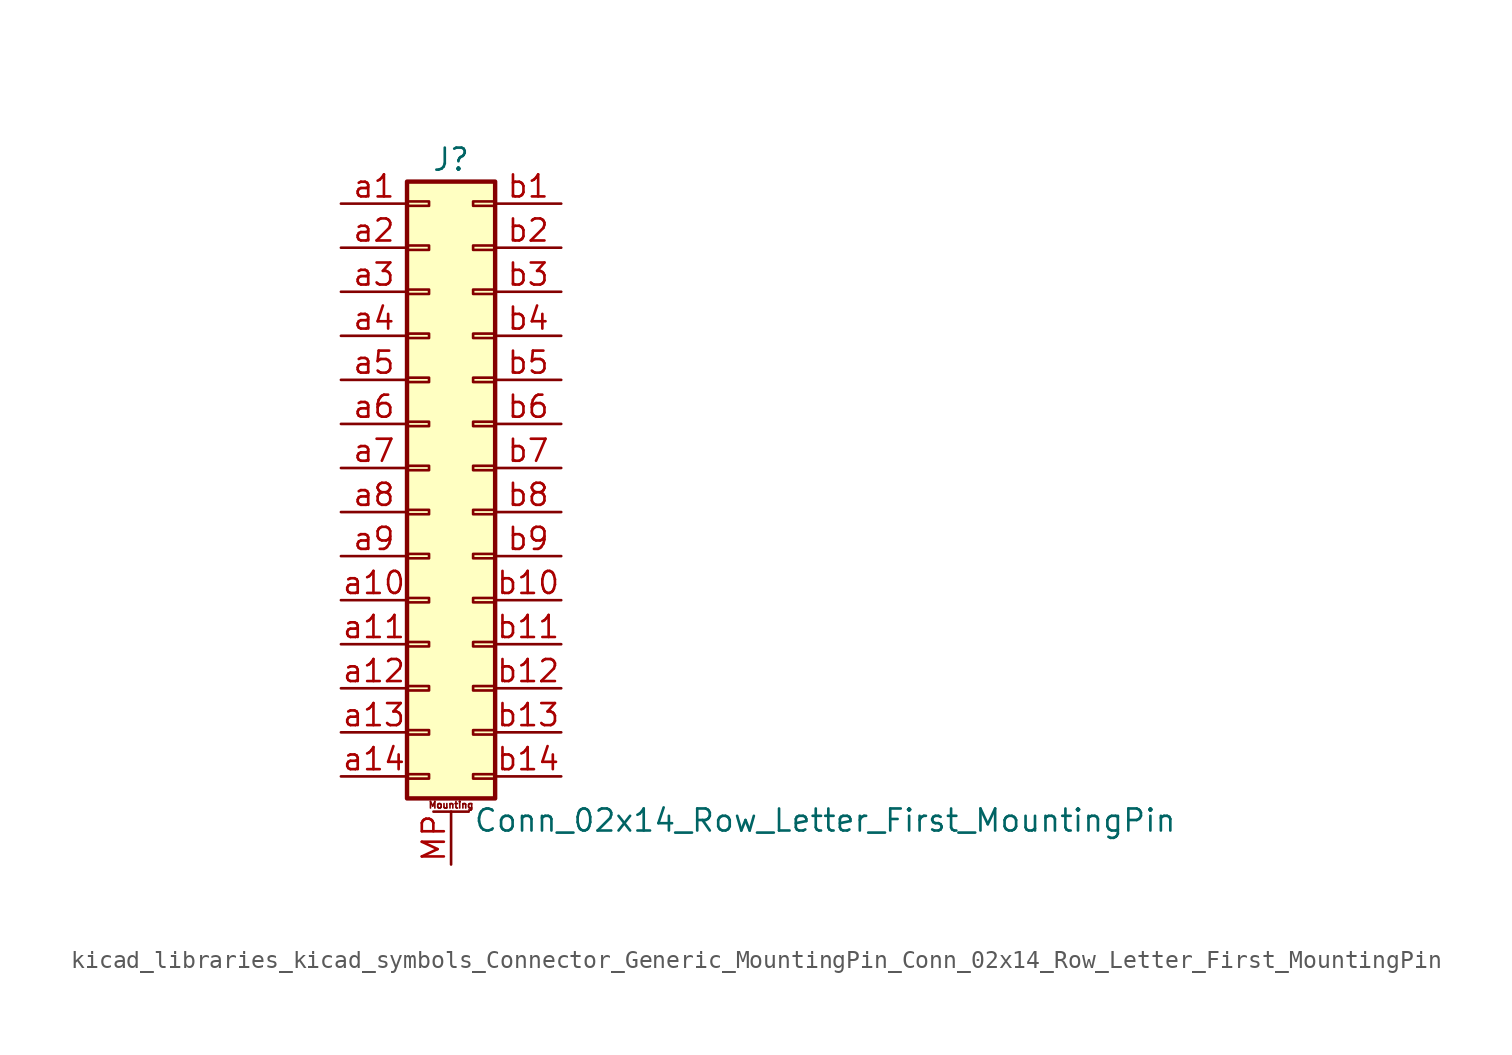
<source format=kicad_sym>
(kicad_symbol_lib
  (version 20220914)
  (generator kicad_symbol_editor)
  (symbol "kicad_libraries_kicad_symbols_Connector_Generic_MountingPin_Conn_02x14_Row_Letter_First_MountingPin"
    (pin_names
      (offset 1.016) hide)
    (property "Reference" "J"
      (at 1.27 17.78 0)
      (effects (font (size 1.27 1.27))))
    (property "Value" "Conn_02x14_Row_Letter_First_MountingPin"
      (at 2.54 -20.32 0)
      (effects (font (size 1.27 1.27)) (justify left)))
    (symbol "kicad_libraries_kicad_symbols_Connector_Generic_MountingPin_Conn_02x14_Row_Letter_First_MountingPin_1_1"
      (rectangle (start -1.27 -17.653) (end 0 -17.907) (stroke (width 0.152) (type default)) (fill (type none)))
      (rectangle (start -1.27 -15.113) (end 0 -15.367) (stroke (width 0.152) (type default)) (fill (type none)))
      (rectangle (start -1.27 -12.573) (end 0 -12.827) (stroke (width 0.152) (type default)) (fill (type none)))
      (rectangle (start -1.27 -10.033) (end 0 -10.287) (stroke (width 0.152) (type default)) (fill (type none)))
      (rectangle (start -1.27 -7.493) (end 0 -7.747) (stroke (width 0.152) (type default)) (fill (type none)))
      (rectangle (start -1.27 -4.953) (end 0 -5.207) (stroke (width 0.152) (type default)) (fill (type none)))
      (rectangle (start -1.27 -2.413) (end 0 -2.667) (stroke (width 0.152) (type default)) (fill (type none)))
      (rectangle (start -1.27 0.127) (end 0 -0.127) (stroke (width 0.152) (type default)) (fill (type none)))
      (rectangle (start -1.27 2.667) (end 0 2.413) (stroke (width 0.152) (type default)) (fill (type none)))
      (rectangle (start -1.27 5.207) (end 0 4.953) (stroke (width 0.152) (type default)) (fill (type none)))
      (rectangle (start -1.27 7.747) (end 0 7.493) (stroke (width 0.152) (type default)) (fill (type none)))
      (rectangle (start -1.27 10.287) (end 0 10.033) (stroke (width 0.152) (type default)) (fill (type none)))
      (rectangle (start -1.27 12.827) (end 0 12.573) (stroke (width 0.152) (type default)) (fill (type none)))
      (rectangle (start -1.27 15.367) (end 0 15.113) (stroke (width 0.152) (type default)) (fill (type none)))
      (rectangle (start -1.27 16.51) (end 3.81 -19.05) (stroke (width 0.254) (type default)) (fill (type background)))
      (polyline (pts (xy 0.254 -19.812) (xy 2.286 -19.812)) (stroke (width 0.152) (type default)) (fill (type none)))
      (rectangle (start 3.81 -17.653) (end 2.54 -17.907) (stroke (width 0.152) (type default)) (fill (type none)))
      (rectangle (start 3.81 -15.113) (end 2.54 -15.367) (stroke (width 0.152) (type default)) (fill (type none)))
      (rectangle (start 3.81 -12.573) (end 2.54 -12.827) (stroke (width 0.152) (type default)) (fill (type none)))
      (rectangle (start 3.81 -10.033) (end 2.54 -10.287) (stroke (width 0.152) (type default)) (fill (type none)))
      (rectangle (start 3.81 -7.493) (end 2.54 -7.747) (stroke (width 0.152) (type default)) (fill (type none)))
      (rectangle (start 3.81 -4.953) (end 2.54 -5.207) (stroke (width 0.152) (type default)) (fill (type none)))
      (rectangle (start 3.81 -2.413) (end 2.54 -2.667) (stroke (width 0.152) (type default)) (fill (type none)))
      (rectangle (start 3.81 0.127) (end 2.54 -0.127) (stroke (width 0.152) (type default)) (fill (type none)))
      (rectangle (start 3.81 2.667) (end 2.54 2.413) (stroke (width 0.152) (type default)) (fill (type none)))
      (rectangle (start 3.81 5.207) (end 2.54 4.953) (stroke (width 0.152) (type default)) (fill (type none)))
      (rectangle (start 3.81 7.747) (end 2.54 7.493) (stroke (width 0.152) (type default)) (fill (type none)))
      (rectangle (start 3.81 10.287) (end 2.54 10.033) (stroke (width 0.152) (type default)) (fill (type none)))
      (rectangle (start 3.81 12.827) (end 2.54 12.573) (stroke (width 0.152) (type default)) (fill (type none)))
      (rectangle (start 3.81 15.367) (end 2.54 15.113) (stroke (width 0.152) (type default)) (fill (type none)))
      (text "Mounting" (at 1.27 -19.431 0) (effects (font (size 0.381 0.381))))
      (pin passive line (at 1.27 -22.86 90) (length 3.048) (name "MountPin" (effects (font (size 1.27 1.27)))) (number "MP" (effects (font (size 1.27 1.27)))))
      (pin passive line (at -5.08 15.24 0) (length 3.81) (name "Pin_a1" (effects (font (size 1.27 1.27)))) (number "a1" (effects (font (size 1.27 1.27)))))
      (pin passive line (at -5.08 -7.62 0) (length 3.81) (name "Pin_a10" (effects (font (size 1.27 1.27)))) (number "a10" (effects (font (size 1.27 1.27)))))
      (pin passive line (at -5.08 -10.16 0) (length 3.81) (name "Pin_a11" (effects (font (size 1.27 1.27)))) (number "a11" (effects (font (size 1.27 1.27)))))
      (pin passive line (at -5.08 -12.7 0) (length 3.81) (name "Pin_a12" (effects (font (size 1.27 1.27)))) (number "a12" (effects (font (size 1.27 1.27)))))
      (pin passive line (at -5.08 -15.24 0) (length 3.81) (name "Pin_a13" (effects (font (size 1.27 1.27)))) (number "a13" (effects (font (size 1.27 1.27)))))
      (pin passive line (at -5.08 -17.78 0) (length 3.81) (name "Pin_a14" (effects (font (size 1.27 1.27)))) (number "a14" (effects (font (size 1.27 1.27)))))
      (pin passive line (at -5.08 12.7 0) (length 3.81) (name "Pin_a2" (effects (font (size 1.27 1.27)))) (number "a2" (effects (font (size 1.27 1.27)))))
      (pin passive line (at -5.08 10.16 0) (length 3.81) (name "Pin_a3" (effects (font (size 1.27 1.27)))) (number "a3" (effects (font (size 1.27 1.27)))))
      (pin passive line (at -5.08 7.62 0) (length 3.81) (name "Pin_a4" (effects (font (size 1.27 1.27)))) (number "a4" (effects (font (size 1.27 1.27)))))
      (pin passive line (at -5.08 5.08 0) (length 3.81) (name "Pin_a5" (effects (font (size 1.27 1.27)))) (number "a5" (effects (font (size 1.27 1.27)))))
      (pin passive line (at -5.08 2.54 0) (length 3.81) (name "Pin_a6" (effects (font (size 1.27 1.27)))) (number "a6" (effects (font (size 1.27 1.27)))))
      (pin passive line (at -5.08 0 0) (length 3.81) (name "Pin_a7" (effects (font (size 1.27 1.27)))) (number "a7" (effects (font (size 1.27 1.27)))))
      (pin passive line (at -5.08 -2.54 0) (length 3.81) (name "Pin_a8" (effects (font (size 1.27 1.27)))) (number "a8" (effects (font (size 1.27 1.27)))))
      (pin passive line (at -5.08 -5.08 0) (length 3.81) (name "Pin_a9" (effects (font (size 1.27 1.27)))) (number "a9" (effects (font (size 1.27 1.27)))))
      (pin passive line (at 7.62 15.24 180) (length 3.81) (name "Pin_b1" (effects (font (size 1.27 1.27)))) (number "b1" (effects (font (size 1.27 1.27)))))
      (pin passive line (at 7.62 -7.62 180) (length 3.81) (name "Pin_b10" (effects (font (size 1.27 1.27)))) (number "b10" (effects (font (size 1.27 1.27)))))
      (pin passive line (at 7.62 -10.16 180) (length 3.81) (name "Pin_b11" (effects (font (size 1.27 1.27)))) (number "b11" (effects (font (size 1.27 1.27)))))
      (pin passive line (at 7.62 -12.7 180) (length 3.81) (name "Pin_b12" (effects (font (size 1.27 1.27)))) (number "b12" (effects (font (size 1.27 1.27)))))
      (pin passive line (at 7.62 -15.24 180) (length 3.81) (name "Pin_b13" (effects (font (size 1.27 1.27)))) (number "b13" (effects (font (size 1.27 1.27)))))
      (pin passive line (at 7.62 -17.78 180) (length 3.81) (name "Pin_b14" (effects (font (size 1.27 1.27)))) (number "b14" (effects (font (size 1.27 1.27)))))
      (pin passive line (at 7.62 12.7 180) (length 3.81) (name "Pin_b2" (effects (font (size 1.27 1.27)))) (number "b2" (effects (font (size 1.27 1.27)))))
      (pin passive line (at 7.62 10.16 180) (length 3.81) (name "Pin_b3" (effects (font (size 1.27 1.27)))) (number "b3" (effects (font (size 1.27 1.27)))))
      (pin passive line (at 7.62 7.62 180) (length 3.81) (name "Pin_b4" (effects (font (size 1.27 1.27)))) (number "b4" (effects (font (size 1.27 1.27)))))
      (pin passive line (at 7.62 5.08 180) (length 3.81) (name "Pin_b5" (effects (font (size 1.27 1.27)))) (number "b5" (effects (font (size 1.27 1.27)))))
      (pin passive line (at 7.62 2.54 180) (length 3.81) (name "Pin_b6" (effects (font (size 1.27 1.27)))) (number "b6" (effects (font (size 1.27 1.27)))))
      (pin passive line (at 7.62 0 180) (length 3.81) (name "Pin_b7" (effects (font (size 1.27 1.27)))) (number "b7" (effects (font (size 1.27 1.27)))))
      (pin passive line (at 7.62 -2.54 180) (length 3.81) (name "Pin_b8" (effects (font (size 1.27 1.27)))) (number "b8" (effects (font (size 1.27 1.27)))))
      (pin passive line (at 7.62 -5.08 180) (length 3.81) (name "Pin_b9" (effects (font (size 1.27 1.27)))) (number "b9" (effects (font (size 1.27 1.27))))))))
</source>
